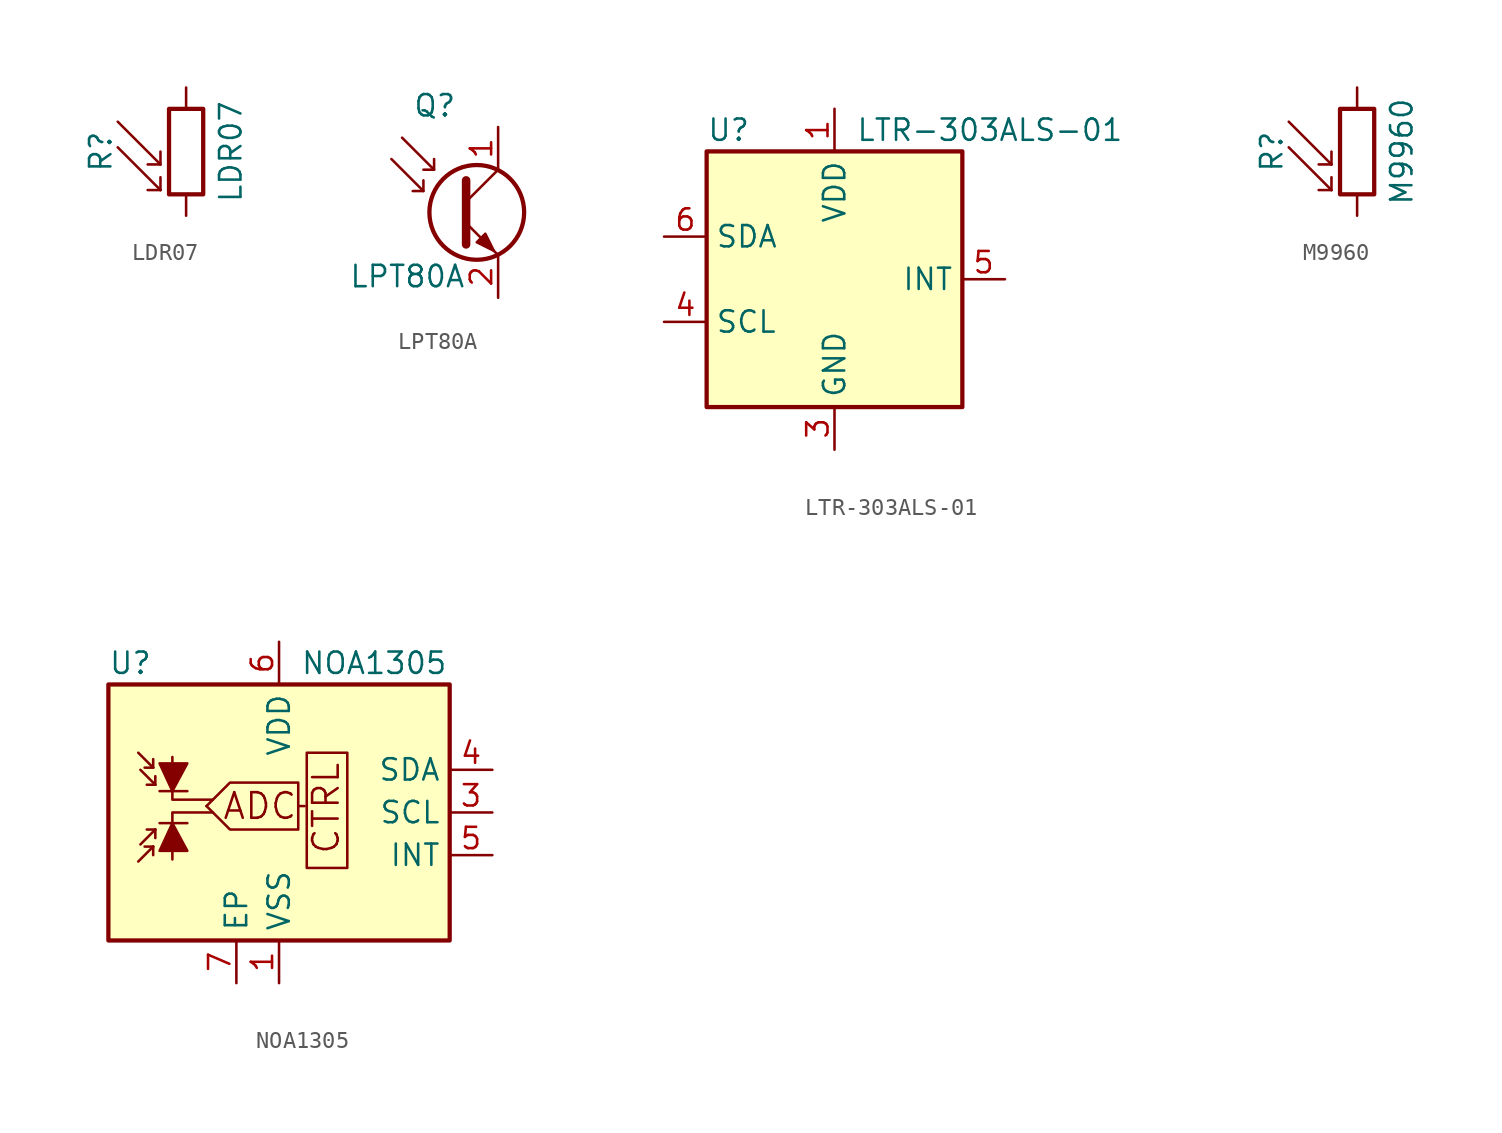
<source format=kicad_sym>
(kicad_symbol_lib
  (version 20211014)
  (generator kicad_symbol_editor)
  (symbol "Sensor_Optical:LDR07"
    (pin_numbers hide)
    (pin_names
      (offset 0))
    (property "Reference" "R"
      (at -5.08 0 90)
      (effects (font (size 1.27 1.27))))
    (property "Value" "LDR07"
      (at 1.905 0 90)
      (effects (font (size 1.27 1.27)) (justify top)))
    (symbol "LDR07_0_1"
      (rectangle (start -1.016 2.54) (end 1.016 -2.54) (stroke (width 0.254) (type default) (color 0 0 0 0)) (fill (type none)))
      (polyline (pts (xy -1.524 -2.286) (xy -4.064 0.254)) (stroke (width 0) (type default) (color 0 0 0 0)) (fill (type none)))
      (polyline (pts (xy -1.524 -2.286) (xy -2.286 -2.286)) (stroke (width 0) (type default) (color 0 0 0 0)) (fill (type none)))
      (polyline (pts (xy -1.524 -2.286) (xy -1.524 -1.524)) (stroke (width 0) (type default) (color 0 0 0 0)) (fill (type none)))
      (polyline (pts (xy -1.524 -0.762) (xy -4.064 1.778)) (stroke (width 0) (type default) (color 0 0 0 0)) (fill (type none)))
      (polyline (pts (xy -1.524 -0.762) (xy -2.286 -0.762)) (stroke (width 0) (type default) (color 0 0 0 0)) (fill (type none)))
      (polyline (pts (xy -1.524 -0.762) (xy -1.524 0)) (stroke (width 0) (type default) (color 0 0 0 0)) (fill (type none))))
    (symbol "LDR07_1_1"
      (pin passive line (at 0 3.81 270) (length 1.27) (name "~" (effects (font (size 1.27 1.27)))) (number "1" (effects (font (size 1.27 1.27)))))
      (pin passive line (at 0 -3.81 90) (length 1.27) (name "~" (effects (font (size 1.27 1.27)))) (number "2" (effects (font (size 1.27 1.27)))))))
  (symbol "Sensor_Optical:LPT80A"
    (pin_names hide)
    (property "Reference" "Q"
      (at -5.08 6.35 0)
      (effects (font (size 1.27 1.27)) (justify left)))
    (property "Value" "LPT80A"
      (at -8.89 -3.81 0)
      (effects (font (size 1.27 1.27)) (justify left)))
    (symbol "LPT80A_0_1"
      (circle (center -1.27 0) (radius 2.819) (stroke (width 0.254)) (stroke (width 0.254) (type default) (color 0 0 0 0)) (fill (type none)))
      (polyline (pts (xy -4.445 1.27) (xy -5.08 1.27)) (stroke (width 0) (type default) (color 0 0 0 0)) (fill (type none)))
      (polyline (pts (xy -3.81 2.54) (xy -4.445 2.54)) (stroke (width 0) (type default) (color 0 0 0 0)) (fill (type none)))
      (polyline (pts (xy -1.905 0.635) (xy 0 2.54)) (stroke (width 0) (type default) (color 0 0 0 0)) (fill (type none)))
      (polyline (pts (xy -6.35 3.175) (xy -4.445 1.27) (xy -4.445 1.905)) (stroke (width 0) (type default) (color 0 0 0 0)) (fill (type none)))
      (polyline (pts (xy -5.715 4.445) (xy -3.81 2.54) (xy -3.81 3.175)) (stroke (width 0) (type default) (color 0 0 0 0)) (fill (type none)))
      (polyline (pts (xy -1.905 -0.635) (xy 0 -2.54) (xy 0 -2.54)) (stroke (width 0) (type default) (color 0 0 0 0)) (fill (type none)))
      (polyline (pts (xy -1.905 1.905) (xy -1.905 -1.905) (xy -1.905 -1.905)) (stroke (width 0.508) (type default) (color 0 0 0 0)) (fill (type none)))
      (polyline (pts (xy -1.27 -1.778) (xy -0.762 -1.27) (xy -0.254 -2.286) (xy -1.27 -1.778) (xy -1.27 -1.778)) (stroke (width 0) (type default) (color 0 0 0 0)) (fill (type outline))))
    (symbol "LPT80A_1_1"
      (pin passive line (at 0 5.08 270) (length 2.54) (name "C" (effects (font (size 1.27 1.27)))) (number "1" (effects (font (size 1.27 1.27)))))
      (pin passive line (at 0 -5.08 90) (length 2.54) (name "E" (effects (font (size 1.27 1.27)))) (number "2" (effects (font (size 1.27 1.27)))))))
  (symbol "Sensor_Optical:LTR-303ALS-01"
    (property "Reference" "U"
      (at -7.62 8.89 0)
      (effects (font (size 1.27 1.27)) (justify left)))
    (property "Value" "LTR-303ALS-01"
      (at 1.27 8.89 0)
      (effects (font (size 1.27 1.27)) (justify left)))
    (symbol "LTR-303ALS-01_0_1"
      (rectangle (start -7.62 7.62) (end 7.62 -7.62) (stroke (width 0.254) (type default) (color 0 0 0 0)) (fill (type background))))
    (symbol "LTR-303ALS-01_1_1"
      (pin power_in line (at 0 10.16 270) (length 2.54) (name "VDD" (effects (font (size 1.27 1.27)))) (number "1" (effects (font (size 1.27 1.27)))))
      (pin no_connect line (at 2.54 0 180) (length 2.54) hide (name "NC" (effects (font (size 1.27 1.27)))) (number "2" (effects (font (size 1.27 1.27)))))
      (pin power_in line (at 0 -10.16 90) (length 2.54) (name "GND" (effects (font (size 1.27 1.27)))) (number "3" (effects (font (size 1.27 1.27)))))
      (pin input line (at -10.16 -2.54 0) (length 2.54) (name "SCL" (effects (font (size 1.27 1.27)))) (number "4" (effects (font (size 1.27 1.27)))))
      (pin open_collector line (at 10.16 0 180) (length 2.54) (name "INT" (effects (font (size 1.27 1.27)))) (number "5" (effects (font (size 1.27 1.27)))))
      (pin bidirectional line (at -10.16 2.54 0) (length 2.54) (name "SDA" (effects (font (size 1.27 1.27)))) (number "6" (effects (font (size 1.27 1.27)))))))
  (symbol "Sensor_Optical:M9960"
    (pin_numbers hide)
    (pin_names
      (offset 0))
    (property "Reference" "R"
      (at -5.08 0 90)
      (effects (font (size 1.27 1.27))))
    (property "Value" "M9960"
      (at 1.905 0 90)
      (effects (font (size 1.27 1.27)) (justify top)))
    (symbol "M9960_0_1"
      (rectangle (start -1.016 2.54) (end 1.016 -2.54) (stroke (width 0.254) (type default) (color 0 0 0 0)) (fill (type none)))
      (polyline (pts (xy -1.524 -2.286) (xy -4.064 0.254)) (stroke (width 0) (type default) (color 0 0 0 0)) (fill (type none)))
      (polyline (pts (xy -1.524 -2.286) (xy -2.286 -2.286)) (stroke (width 0) (type default) (color 0 0 0 0)) (fill (type none)))
      (polyline (pts (xy -1.524 -2.286) (xy -1.524 -1.524)) (stroke (width 0) (type default) (color 0 0 0 0)) (fill (type none)))
      (polyline (pts (xy -1.524 -0.762) (xy -4.064 1.778)) (stroke (width 0) (type default) (color 0 0 0 0)) (fill (type none)))
      (polyline (pts (xy -1.524 -0.762) (xy -2.286 -0.762)) (stroke (width 0) (type default) (color 0 0 0 0)) (fill (type none)))
      (polyline (pts (xy -1.524 -0.762) (xy -1.524 0)) (stroke (width 0) (type default) (color 0 0 0 0)) (fill (type none))))
    (symbol "M9960_1_1"
      (pin passive line (at 0 3.81 270) (length 1.27) (name "~" (effects (font (size 1.27 1.27)))) (number "1" (effects (font (size 1.27 1.27)))))
      (pin passive line (at 0 -3.81 90) (length 1.27) (name "~" (effects (font (size 1.27 1.27)))) (number "2" (effects (font (size 1.27 1.27)))))))
  (symbol "Sensor_Optical:NOA1305"
    (property "Reference" "U"
      (at -10.16 8.89 0)
      (effects (font (size 1.27 1.27)) (justify left)))
    (property "Value" "NOA1305"
      (at 1.27 8.89 0)
      (effects (font (size 1.27 1.27)) (justify left)))
    (symbol "NOA1305_0_0"
      (polyline (pts (xy 1.143 0.381) (xy 1.524 0.381)) (stroke (width 0) (type default) (color 0 0 0 0)) (fill (type none)))
      (polyline (pts (xy -6.35 -2.794) (xy -6.35 0) (xy -3.937 0)) (stroke (width 0) (type default) (color 0 0 0 0)) (fill (type none)))
      (polyline (pts (xy -6.35 3.302) (xy -6.35 0.762) (xy -3.937 0.762)) (stroke (width 0) (type default) (color 0 0 0 0)) (fill (type none)))
      (polyline (pts (xy -4.318 0.381) (xy -2.921 -1.016) (xy 1.143 -1.016) (xy 1.143 0.381)) (stroke (width 0) (type default) (color 0 0 0 0)) (fill (type none)))
      (polyline (pts (xy -4.318 0.381) (xy -2.921 1.778) (xy 1.143 1.778) (xy 1.143 0.381)) (stroke (width 0) (type default) (color 0 0 0 0)) (fill (type none)))
      (rectangle (start 1.651 3.556) (end 4.064 -3.302) (stroke (width 0) (type default) (color 0 0 0 0)) (fill (type none)))
      (text "ADC" (at -1.143 0.381 0) (effects (font (size 1.524 1.524))))
      (text "CTRL" (at 2.794 0.254 900) (effects (font (size 1.524 1.524)))))
    (symbol "NOA1305_0_1"
      (polyline (pts (xy -7.493 -2.032) (xy -8.382 -2.921)) (stroke (width 0) (type default) (color 0 0 0 0)) (fill (type none)))
      (polyline (pts (xy -7.493 -2.032) (xy -8.001 -2.032)) (stroke (width 0) (type default) (color 0 0 0 0)) (fill (type none)))
      (polyline (pts (xy -7.493 -2.032) (xy -7.493 -2.54)) (stroke (width 0) (type default) (color 0 0 0 0)) (fill (type none)))
      (polyline (pts (xy -7.493 2.667) (xy -8.382 3.556)) (stroke (width 0) (type default) (color 0 0 0 0)) (fill (type none)))
      (polyline (pts (xy -7.493 2.667) (xy -8.001 2.667)) (stroke (width 0) (type default) (color 0 0 0 0)) (fill (type none)))
      (polyline (pts (xy -7.493 2.667) (xy -7.493 3.175)) (stroke (width 0) (type default) (color 0 0 0 0)) (fill (type none)))
      (polyline (pts (xy -7.366 -1.016) (xy -8.255 -1.905)) (stroke (width 0) (type default) (color 0 0 0 0)) (fill (type none)))
      (polyline (pts (xy -7.366 -1.016) (xy -7.874 -1.016)) (stroke (width 0) (type default) (color 0 0 0 0)) (fill (type none)))
      (polyline (pts (xy -7.366 -1.016) (xy -7.366 -1.524)) (stroke (width 0) (type default) (color 0 0 0 0)) (fill (type none)))
      (polyline (pts (xy -7.366 1.651) (xy -8.255 2.54)) (stroke (width 0) (type default) (color 0 0 0 0)) (fill (type none)))
      (polyline (pts (xy -7.366 1.651) (xy -7.874 1.651)) (stroke (width 0) (type default) (color 0 0 0 0)) (fill (type none)))
      (polyline (pts (xy -7.366 1.651) (xy -7.366 2.159)) (stroke (width 0) (type default) (color 0 0 0 0)) (fill (type none)))
      (polyline (pts (xy -7.112 -0.635) (xy -5.461 -0.635)) (stroke (width 0) (type default) (color 0 0 0 0)) (fill (type none)))
      (polyline (pts (xy -7.112 1.27) (xy -5.461 1.27)) (stroke (width 0) (type default) (color 0 0 0 0)) (fill (type none)))
      (polyline (pts (xy -7.112 -2.286) (xy -5.461 -2.286) (xy -6.35 -0.635) (xy -7.112 -2.286)) (stroke (width 0) (type default) (color 0 0 0 0)) (fill (type outline)))
      (polyline (pts (xy -7.112 2.921) (xy -5.461 2.921) (xy -6.35 1.27) (xy -7.112 2.921)) (stroke (width 0) (type default) (color 0 0 0 0)) (fill (type outline)))
      (rectangle (start 10.16 7.62) (end -10.16 -7.62) (stroke (width 0.254) (type default) (color 0 0 0 0)) (fill (type background))))
    (symbol "NOA1305_1_1"
      (pin power_in line (at 0 -10.16 90) (length 2.54) (name "VSS" (effects (font (size 1.27 1.27)))) (number "1" (effects (font (size 1.27 1.27)))))
      (pin no_connect line (at -10.16 5.08 0) (length 2.54) hide (name "NC" (effects (font (size 1.27 1.27)))) (number "2" (effects (font (size 1.27 1.27)))))
      (pin input line (at 12.7 0 180) (length 2.54) (name "SCL" (effects (font (size 1.27 1.27)))) (number "3" (effects (font (size 1.27 1.27)))))
      (pin bidirectional line (at 12.7 2.54 180) (length 2.54) (name "SDA" (effects (font (size 1.27 1.27)))) (number "4" (effects (font (size 1.27 1.27)))))
      (pin open_collector line (at 12.7 -2.54 180) (length 2.54) (name "INT" (effects (font (size 1.27 1.27)))) (number "5" (effects (font (size 1.27 1.27)))))
      (pin power_in line (at 0 10.16 270) (length 2.54) (name "VDD" (effects (font (size 1.27 1.27)))) (number "6" (effects (font (size 1.27 1.27)))))
      (pin passive line (at -2.54 -10.16 90) (length 2.54) (name "EP" (effects (font (size 1.27 1.27)))) (number "7" (effects (font (size 1.27 1.27))))))))
</source>
